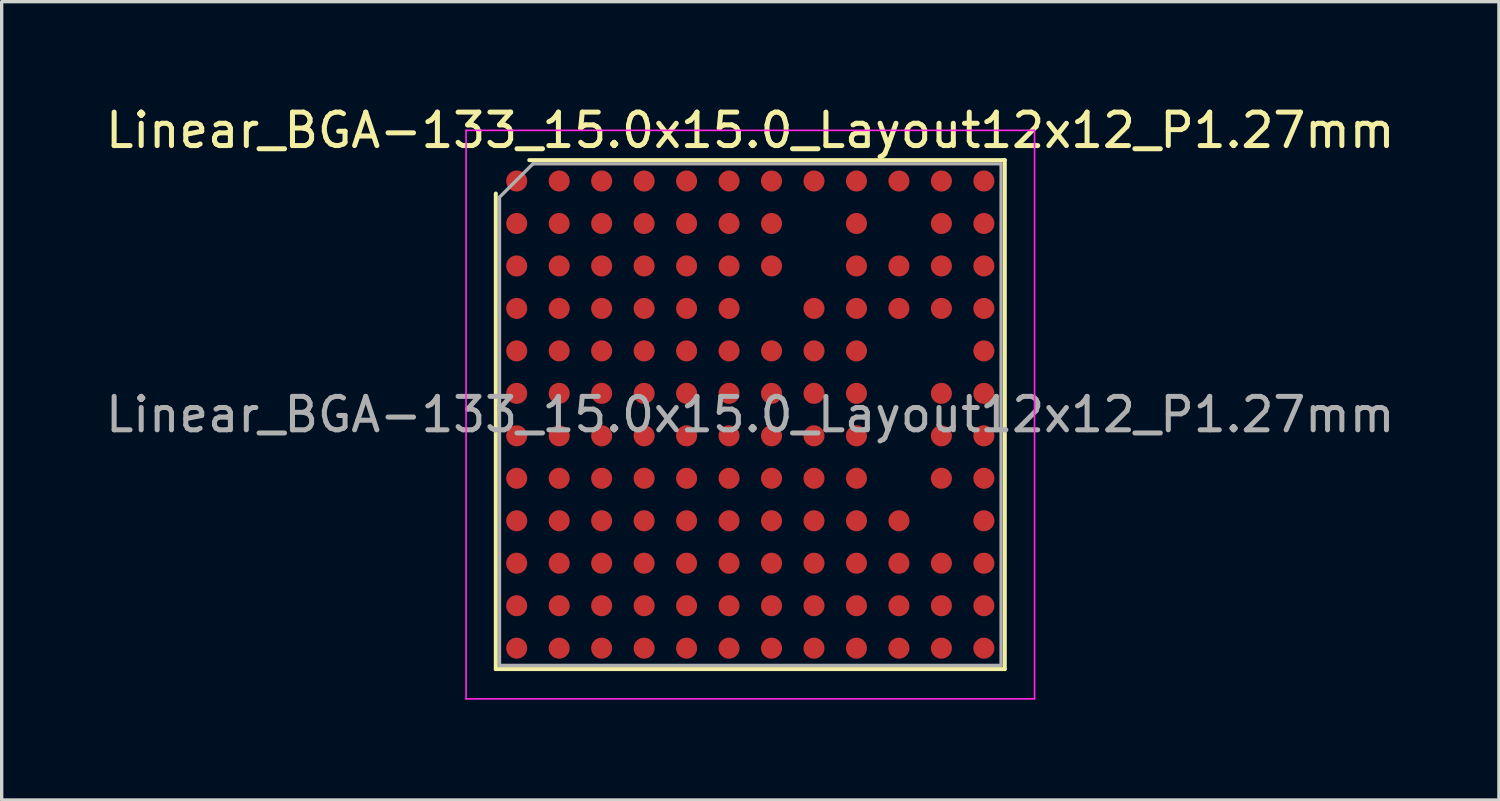
<source format=kicad_pcb>
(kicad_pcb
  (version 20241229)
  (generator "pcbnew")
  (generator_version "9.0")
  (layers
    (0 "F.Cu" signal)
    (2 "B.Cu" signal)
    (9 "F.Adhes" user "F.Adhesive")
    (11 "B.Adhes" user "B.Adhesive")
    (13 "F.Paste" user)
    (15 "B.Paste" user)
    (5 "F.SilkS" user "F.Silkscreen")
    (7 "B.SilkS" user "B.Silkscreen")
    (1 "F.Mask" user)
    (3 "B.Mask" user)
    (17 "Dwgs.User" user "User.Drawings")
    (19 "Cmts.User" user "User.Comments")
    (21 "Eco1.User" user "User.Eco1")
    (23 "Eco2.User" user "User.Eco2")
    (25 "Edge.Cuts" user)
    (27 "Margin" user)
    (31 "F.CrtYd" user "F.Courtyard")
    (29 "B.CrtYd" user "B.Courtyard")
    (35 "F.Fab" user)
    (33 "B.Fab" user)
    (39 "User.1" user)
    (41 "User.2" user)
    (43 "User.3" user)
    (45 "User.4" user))
  (footprint "Linear_BGA-133_15.0x15.0_Layout12x12_P1.27mm"
    (layer "F.Cu")
    (at 19.387 9.348)
    (property "Reference" "Linear_BGA-133_15.0x15.0_Layout12x12_P1.27mm" (at 0 -8.5 0) (layer "F.SilkS") (effects (font (size 1 1) (thickness 0.15))))
    (attr smd)
    (fp_line (start -7.61 7.61) (end -7.61 -6.61) (stroke (width 0.12) (type solid)) (layer "F.SilkS"))
    (fp_line (start -7.61 7.61) (end 7.61 7.61) (stroke (width 0.12) (type solid)) (layer "F.SilkS"))
    (fp_line (start 7.61 -7.61) (end -6.61 -7.61) (stroke (width 0.12) (type solid)) (layer "F.SilkS"))
    (fp_line (start 7.61 -7.61) (end 7.61 7.61) (stroke (width 0.12) (type solid)) (layer "F.SilkS"))
    (fp_line (start -8.5 -8.5) (end -8.5 8.5) (stroke (width 0.05) (type solid)) (layer "F.CrtYd"))
    (fp_line (start -8.5 -8.5) (end 8.5 -8.5) (stroke (width 0.05) (type solid)) (layer "F.CrtYd"))
    (fp_line (start 8.5 8.5) (end -8.5 8.5) (stroke (width 0.05) (type solid)) (layer "F.CrtYd"))
    (fp_line (start 8.5 8.5) (end 8.5 -8.5) (stroke (width 0.05) (type solid)) (layer "F.CrtYd"))
    (fp_line (start -7.5 -6.5) (end -6.5 -7.5) (stroke (width 0.1) (type solid)) (layer "F.Fab"))
    (fp_line (start -7.5 7.5) (end -7.5 -6.5) (stroke (width 0.1) (type solid)) (layer "F.Fab"))
    (fp_line (start -6.5 -7.5) (end 7.5 -7.5) (stroke (width 0.1) (type solid)) (layer "F.Fab"))
    (fp_line (start 7.5 -7.5) (end 7.5 7.5) (stroke (width 0.1) (type solid)) (layer "F.Fab"))
    (fp_line (start 7.5 7.5) (end -7.5 7.5) (stroke (width 0.1) (type solid)) (layer "F.Fab"))
    (fp_text user "${REFERENCE}" (at 0 0 0) (layer "F.Fab") (effects (font (size 1 1) (thickness 0.15))))
    (pad "A1" smd circle (at -6.985 -6.985) (size 0.63 0.63) (layers "F.Cu" "F.Mask" "F.Paste"))
    (pad "A2" smd circle (at -5.715 -6.985) (size 0.63 0.63) (layers "F.Cu" "F.Mask" "F.Paste"))
    (pad "A3" smd circle (at -4.445 -6.985) (size 0.63 0.63) (layers "F.Cu" "F.Mask" "F.Paste"))
    (pad "A4" smd circle (at -3.175 -6.985) (size 0.63 0.63) (layers "F.Cu" "F.Mask" "F.Paste"))
    (pad "A5" smd circle (at -1.905 -6.985) (size 0.63 0.63) (layers "F.Cu" "F.Mask" "F.Paste"))
    (pad "A6" smd circle (at -0.635 -6.985) (size 0.63 0.63) (layers "F.Cu" "F.Mask" "F.Paste"))
    (pad "A7" smd circle (at 0.635 -6.985) (size 0.63 0.63) (layers "F.Cu" "F.Mask" "F.Paste"))
    (pad "A8" smd circle (at 1.905 -6.985) (size 0.63 0.63) (layers "F.Cu" "F.Mask" "F.Paste"))
    (pad "A9" smd circle (at 3.175 -6.985) (size 0.63 0.63) (layers "F.Cu" "F.Mask" "F.Paste"))
    (pad "A10" smd circle (at 4.445 -6.985) (size 0.63 0.63) (layers "F.Cu" "F.Mask" "F.Paste"))
    (pad "A11" smd circle (at 5.715 -6.985) (size 0.63 0.63) (layers "F.Cu" "F.Mask" "F.Paste"))
    (pad "A12" smd circle (at 6.985 -6.985) (size 0.63 0.63) (layers "F.Cu" "F.Mask" "F.Paste"))
    (pad "B1" smd circle (at -6.985 -5.715) (size 0.63 0.63) (layers "F.Cu" "F.Mask" "F.Paste"))
    (pad "B2" smd circle (at -5.715 -5.715) (size 0.63 0.63) (layers "F.Cu" "F.Mask" "F.Paste"))
    (pad "B3" smd circle (at -4.445 -5.715) (size 0.63 0.63) (layers "F.Cu" "F.Mask" "F.Paste"))
    (pad "B4" smd circle (at -3.175 -5.715) (size 0.63 0.63) (layers "F.Cu" "F.Mask" "F.Paste"))
    (pad "B5" smd circle (at -1.905 -5.715) (size 0.63 0.63) (layers "F.Cu" "F.Mask" "F.Paste"))
    (pad "B6" smd circle (at -0.635 -5.715) (size 0.63 0.63) (layers "F.Cu" "F.Mask" "F.Paste"))
    (pad "B7" smd circle (at 0.635 -5.715) (size 0.63 0.63) (layers "F.Cu" "F.Mask" "F.Paste"))
    (pad "B9" smd circle (at 3.175 -5.715) (size 0.63 0.63) (layers "F.Cu" "F.Mask" "F.Paste"))
    (pad "B11" smd circle (at 5.715 -5.715) (size 0.63 0.63) (layers "F.Cu" "F.Mask" "F.Paste"))
    (pad "B12" smd circle (at 6.985 -5.715) (size 0.63 0.63) (layers "F.Cu" "F.Mask" "F.Paste"))
    (pad "C1" smd circle (at -6.985 -4.445) (size 0.63 0.63) (layers "F.Cu" "F.Mask" "F.Paste"))
    (pad "C2" smd circle (at -5.715 -4.445) (size 0.63 0.63) (layers "F.Cu" "F.Mask" "F.Paste"))
    (pad "C3" smd circle (at -4.445 -4.445) (size 0.63 0.63) (layers "F.Cu" "F.Mask" "F.Paste"))
    (pad "C4" smd circle (at -3.175 -4.445) (size 0.63 0.63) (layers "F.Cu" "F.Mask" "F.Paste"))
    (pad "C5" smd circle (at -1.905 -4.445) (size 0.63 0.63) (layers "F.Cu" "F.Mask" "F.Paste"))
    (pad "C6" smd circle (at -0.635 -4.445) (size 0.63 0.63) (layers "F.Cu" "F.Mask" "F.Paste"))
    (pad "C7" smd circle (at 0.635 -4.445) (size 0.63 0.63) (layers "F.Cu" "F.Mask" "F.Paste"))
    (pad "C9" smd circle (at 3.175 -4.445) (size 0.63 0.63) (layers "F.Cu" "F.Mask" "F.Paste"))
    (pad "C10" smd circle (at 4.445 -4.445) (size 0.63 0.63) (layers "F.Cu" "F.Mask" "F.Paste"))
    (pad "C11" smd circle (at 5.715 -4.445) (size 0.63 0.63) (layers "F.Cu" "F.Mask" "F.Paste"))
    (pad "C12" smd circle (at 6.985 -4.445) (size 0.63 0.63) (layers "F.Cu" "F.Mask" "F.Paste"))
    (pad "D1" smd circle (at -6.985 -3.175) (size 0.63 0.63) (layers "F.Cu" "F.Mask" "F.Paste"))
    (pad "D2" smd circle (at -5.715 -3.175) (size 0.63 0.63) (layers "F.Cu" "F.Mask" "F.Paste"))
    (pad "D3" smd circle (at -4.445 -3.175) (size 0.63 0.63) (layers "F.Cu" "F.Mask" "F.Paste"))
    (pad "D4" smd circle (at -3.175 -3.175) (size 0.63 0.63) (layers "F.Cu" "F.Mask" "F.Paste"))
    (pad "D5" smd circle (at -1.905 -3.175) (size 0.63 0.63) (layers "F.Cu" "F.Mask" "F.Paste"))
    (pad "D6" smd circle (at -0.635 -3.175) (size 0.63 0.63) (layers "F.Cu" "F.Mask" "F.Paste"))
    (pad "D8" smd circle (at 1.905 -3.175) (size 0.63 0.63) (layers "F.Cu" "F.Mask" "F.Paste"))
    (pad "D9" smd circle (at 3.175 -3.175) (size 0.63 0.63) (layers "F.Cu" "F.Mask" "F.Paste"))
    (pad "D10" smd circle (at 4.445 -3.175) (size 0.63 0.63) (layers "F.Cu" "F.Mask" "F.Paste"))
    (pad "D11" smd circle (at 5.715 -3.175) (size 0.63 0.63) (layers "F.Cu" "F.Mask" "F.Paste"))
    (pad "D12" smd circle (at 6.985 -3.175) (size 0.63 0.63) (layers "F.Cu" "F.Mask" "F.Paste"))
    (pad "E1" smd circle (at -6.985 -1.905) (size 0.63 0.63) (layers "F.Cu" "F.Mask" "F.Paste"))
    (pad "E2" smd circle (at -5.715 -1.905) (size 0.63 0.63) (layers "F.Cu" "F.Mask" "F.Paste"))
    (pad "E3" smd circle (at -4.445 -1.905) (size 0.63 0.63) (layers "F.Cu" "F.Mask" "F.Paste"))
    (pad "E4" smd circle (at -3.175 -1.905) (size 0.63 0.63) (layers "F.Cu" "F.Mask" "F.Paste"))
    (pad "E5" smd circle (at -1.905 -1.905) (size 0.63 0.63) (layers "F.Cu" "F.Mask" "F.Paste"))
    (pad "E6" smd circle (at -0.635 -1.905) (size 0.63 0.63) (layers "F.Cu" "F.Mask" "F.Paste"))
    (pad "E7" smd circle (at 0.635 -1.905) (size 0.63 0.63) (layers "F.Cu" "F.Mask" "F.Paste"))
    (pad "E8" smd circle (at 1.905 -1.905) (size 0.63 0.63) (layers "F.Cu" "F.Mask" "F.Paste"))
    (pad "E9" smd circle (at 3.175 -1.905) (size 0.63 0.63) (layers "F.Cu" "F.Mask" "F.Paste"))
    (pad "E12" smd circle (at 6.985 -1.905) (size 0.63 0.63) (layers "F.Cu" "F.Mask" "F.Paste"))
    (pad "F1" smd circle (at -6.985 -0.635) (size 0.63 0.63) (layers "F.Cu" "F.Mask" "F.Paste"))
    (pad "F2" smd circle (at -5.715 -0.635) (size 0.63 0.63) (layers "F.Cu" "F.Mask" "F.Paste"))
    (pad "F3" smd circle (at -4.445 -0.635) (size 0.63 0.63) (layers "F.Cu" "F.Mask" "F.Paste"))
    (pad "F4" smd circle (at -3.175 -0.635) (size 0.63 0.63) (layers "F.Cu" "F.Mask" "F.Paste"))
    (pad "F5" smd circle (at -1.905 -0.635) (size 0.63 0.63) (layers "F.Cu" "F.Mask" "F.Paste"))
    (pad "F6" smd circle (at -0.635 -0.635) (size 0.63 0.63) (layers "F.Cu" "F.Mask" "F.Paste"))
    (pad "F7" smd circle (at 0.635 -0.635) (size 0.63 0.63) (layers "F.Cu" "F.Mask" "F.Paste"))
    (pad "F8" smd circle (at 1.905 -0.635) (size 0.63 0.63) (layers "F.Cu" "F.Mask" "F.Paste"))
    (pad "F9" smd circle (at 3.175 -0.635) (size 0.63 0.63) (layers "F.Cu" "F.Mask" "F.Paste"))
    (pad "F11" smd circle (at 5.715 -0.635) (size 0.63 0.63) (layers "F.Cu" "F.Mask" "F.Paste"))
    (pad "F12" smd circle (at 6.985 -0.635) (size 0.63 0.63) (layers "F.Cu" "F.Mask" "F.Paste"))
    (pad "G1" smd circle (at -6.985 0.635) (size 0.63 0.63) (layers "F.Cu" "F.Mask" "F.Paste"))
    (pad "G2" smd circle (at -5.715 0.635) (size 0.63 0.63) (layers "F.Cu" "F.Mask" "F.Paste"))
    (pad "G3" smd circle (at -4.445 0.635) (size 0.63 0.63) (layers "F.Cu" "F.Mask" "F.Paste"))
    (pad "G4" smd circle (at -3.175 0.635) (size 0.63 0.63) (layers "F.Cu" "F.Mask" "F.Paste"))
    (pad "G5" smd circle (at -1.905 0.635) (size 0.63 0.63) (layers "F.Cu" "F.Mask" "F.Paste"))
    (pad "G6" smd circle (at -0.635 0.635) (size 0.63 0.63) (layers "F.Cu" "F.Mask" "F.Paste"))
    (pad "G7" smd circle (at 0.635 0.635) (size 0.63 0.63) (layers "F.Cu" "F.Mask" "F.Paste"))
    (pad "G8" smd circle (at 1.905 0.635) (size 0.63 0.63) (layers "F.Cu" "F.Mask" "F.Paste"))
    (pad "G9" smd circle (at 3.175 0.635) (size 0.63 0.63) (layers "F.Cu" "F.Mask" "F.Paste"))
    (pad "G11" smd circle (at 5.715 0.635) (size 0.63 0.63) (layers "F.Cu" "F.Mask" "F.Paste"))
    (pad "G12" smd circle (at 6.985 0.635) (size 0.63 0.63) (layers "F.Cu" "F.Mask" "F.Paste"))
    (pad "H1" smd circle (at -6.985 1.905) (size 0.63 0.63) (layers "F.Cu" "F.Mask" "F.Paste"))
    (pad "H2" smd circle (at -5.715 1.905) (size 0.63 0.63) (layers "F.Cu" "F.Mask" "F.Paste"))
    (pad "H3" smd circle (at -4.445 1.905) (size 0.63 0.63) (layers "F.Cu" "F.Mask" "F.Paste"))
    (pad "H4" smd circle (at -3.175 1.905) (size 0.63 0.63) (layers "F.Cu" "F.Mask" "F.Paste"))
    (pad "H5" smd circle (at -1.905 1.905) (size 0.63 0.63) (layers "F.Cu" "F.Mask" "F.Paste"))
    (pad "H6" smd circle (at -0.635 1.905) (size 0.63 0.63) (layers "F.Cu" "F.Mask" "F.Paste"))
    (pad "H7" smd circle (at 0.635 1.905) (size 0.63 0.63) (layers "F.Cu" "F.Mask" "F.Paste"))
    (pad "H8" smd circle (at 1.905 1.905) (size 0.63 0.63) (layers "F.Cu" "F.Mask" "F.Paste"))
    (pad "H9" smd circle (at 3.175 1.905) (size 0.63 0.63) (layers "F.Cu" "F.Mask" "F.Paste"))
    (pad "H11" smd circle (at 5.715 1.905) (size 0.63 0.63) (layers "F.Cu" "F.Mask" "F.Paste"))
    (pad "H12" smd circle (at 6.985 1.905) (size 0.63 0.63) (layers "F.Cu" "F.Mask" "F.Paste"))
    (pad "J1" smd circle (at -6.985 3.175) (size 0.63 0.63) (layers "F.Cu" "F.Mask" "F.Paste"))
    (pad "J2" smd circle (at -5.715 3.175) (size 0.63 0.63) (layers "F.Cu" "F.Mask" "F.Paste"))
    (pad "J3" smd circle (at -4.445 3.175) (size 0.63 0.63) (layers "F.Cu" "F.Mask" "F.Paste"))
    (pad "J4" smd circle (at -3.175 3.175) (size 0.63 0.63) (layers "F.Cu" "F.Mask" "F.Paste"))
    (pad "J5" smd circle (at -1.905 3.175) (size 0.63 0.63) (layers "F.Cu" "F.Mask" "F.Paste"))
    (pad "J6" smd circle (at -0.635 3.175) (size 0.63 0.63) (layers "F.Cu" "F.Mask" "F.Paste"))
    (pad "J7" smd circle (at 0.635 3.175) (size 0.63 0.63) (layers "F.Cu" "F.Mask" "F.Paste"))
    (pad "J8" smd circle (at 1.905 3.175) (size 0.63 0.63) (layers "F.Cu" "F.Mask" "F.Paste"))
    (pad "J9" smd circle (at 3.175 3.175) (size 0.63 0.63) (layers "F.Cu" "F.Mask" "F.Paste"))
    (pad "J10" smd circle (at 4.445 3.175) (size 0.63 0.63) (layers "F.Cu" "F.Mask" "F.Paste"))
    (pad "J12" smd circle (at 6.985 3.175) (size 0.63 0.63) (layers "F.Cu" "F.Mask" "F.Paste"))
    (pad "K1" smd circle (at -6.985 4.445) (size 0.63 0.63) (layers "F.Cu" "F.Mask" "F.Paste"))
    (pad "K2" smd circle (at -5.715 4.445) (size 0.63 0.63) (layers "F.Cu" "F.Mask" "F.Paste"))
    (pad "K3" smd circle (at -4.445 4.445) (size 0.63 0.63) (layers "F.Cu" "F.Mask" "F.Paste"))
    (pad "K4" smd circle (at -3.175 4.445) (size 0.63 0.63) (layers "F.Cu" "F.Mask" "F.Paste"))
    (pad "K5" smd circle (at -1.905 4.445) (size 0.63 0.63) (layers "F.Cu" "F.Mask" "F.Paste"))
    (pad "K6" smd circle (at -0.635 4.445) (size 0.63 0.63) (layers "F.Cu" "F.Mask" "F.Paste"))
    (pad "K7" smd circle (at 0.635 4.445) (size 0.63 0.63) (layers "F.Cu" "F.Mask" "F.Paste"))
    (pad "K8" smd circle (at 1.905 4.445) (size 0.63 0.63) (layers "F.Cu" "F.Mask" "F.Paste"))
    (pad "K9" smd circle (at 3.175 4.445) (size 0.63 0.63) (layers "F.Cu" "F.Mask" "F.Paste"))
    (pad "K10" smd circle (at 4.445 4.445) (size 0.63 0.63) (layers "F.Cu" "F.Mask" "F.Paste"))
    (pad "K11" smd circle (at 5.715 4.445) (size 0.63 0.63) (layers "F.Cu" "F.Mask" "F.Paste"))
    (pad "K12" smd circle (at 6.985 4.445) (size 0.63 0.63) (layers "F.Cu" "F.Mask" "F.Paste"))
    (pad "L1" smd circle (at -6.985 5.715) (size 0.63 0.63) (layers "F.Cu" "F.Mask" "F.Paste"))
    (pad "L2" smd circle (at -5.715 5.715) (size 0.63 0.63) (layers "F.Cu" "F.Mask" "F.Paste"))
    (pad "L3" smd circle (at -4.445 5.715) (size 0.63 0.63) (layers "F.Cu" "F.Mask" "F.Paste"))
    (pad "L4" smd circle (at -3.175 5.715) (size 0.63 0.63) (layers "F.Cu" "F.Mask" "F.Paste"))
    (pad "L5" smd circle (at -1.905 5.715) (size 0.63 0.63) (layers "F.Cu" "F.Mask" "F.Paste"))
    (pad "L6" smd circle (at -0.635 5.715) (size 0.63 0.63) (layers "F.Cu" "F.Mask" "F.Paste"))
    (pad "L7" smd circle (at 0.635 5.715) (size 0.63 0.63) (layers "F.Cu" "F.Mask" "F.Paste"))
    (pad "L8" smd circle (at 1.905 5.715) (size 0.63 0.63) (layers "F.Cu" "F.Mask" "F.Paste"))
    (pad "L9" smd circle (at 3.175 5.715) (size 0.63 0.63) (layers "F.Cu" "F.Mask" "F.Paste"))
    (pad "L10" smd circle (at 4.445 5.715) (size 0.63 0.63) (layers "F.Cu" "F.Mask" "F.Paste"))
    (pad "L11" smd circle (at 5.715 5.715) (size 0.63 0.63) (layers "F.Cu" "F.Mask" "F.Paste"))
    (pad "L12" smd circle (at 6.985 5.715) (size 0.63 0.63) (layers "F.Cu" "F.Mask" "F.Paste"))
    (pad "M1" smd circle (at -6.985 6.985) (size 0.63 0.63) (layers "F.Cu" "F.Mask" "F.Paste"))
    (pad "M2" smd circle (at -5.715 6.985) (size 0.63 0.63) (layers "F.Cu" "F.Mask" "F.Paste"))
    (pad "M3" smd circle (at -4.445 6.985) (size 0.63 0.63) (layers "F.Cu" "F.Mask" "F.Paste"))
    (pad "M4" smd circle (at -3.175 6.985) (size 0.63 0.63) (layers "F.Cu" "F.Mask" "F.Paste"))
    (pad "M5" smd circle (at -1.905 6.985) (size 0.63 0.63) (layers "F.Cu" "F.Mask" "F.Paste"))
    (pad "M6" smd circle (at -0.635 6.985) (size 0.63 0.63) (layers "F.Cu" "F.Mask" "F.Paste"))
    (pad "M7" smd circle (at 0.635 6.985) (size 0.63 0.63) (layers "F.Cu" "F.Mask" "F.Paste"))
    (pad "M8" smd circle (at 1.905 6.985) (size 0.63 0.63) (layers "F.Cu" "F.Mask" "F.Paste"))
    (pad "M9" smd circle (at 3.175 6.985) (size 0.63 0.63) (layers "F.Cu" "F.Mask" "F.Paste"))
    (pad "M10" smd circle (at 4.445 6.985) (size 0.63 0.63) (layers "F.Cu" "F.Mask" "F.Paste"))
    (pad "M11" smd circle (at 5.715 6.985) (size 0.63 0.63) (layers "F.Cu" "F.Mask" "F.Paste"))
    (pad "M12" smd circle (at 6.985 6.985) (size 0.63 0.63) (layers "F.Cu" "F.Mask" "F.Paste")))
  (gr_rect
    (start -3 -3)
    (end 41.774 20.873)
    (stroke (width 0.1) (type default))
    (fill no)
    (layer "Edge.Cuts")))
</source>
